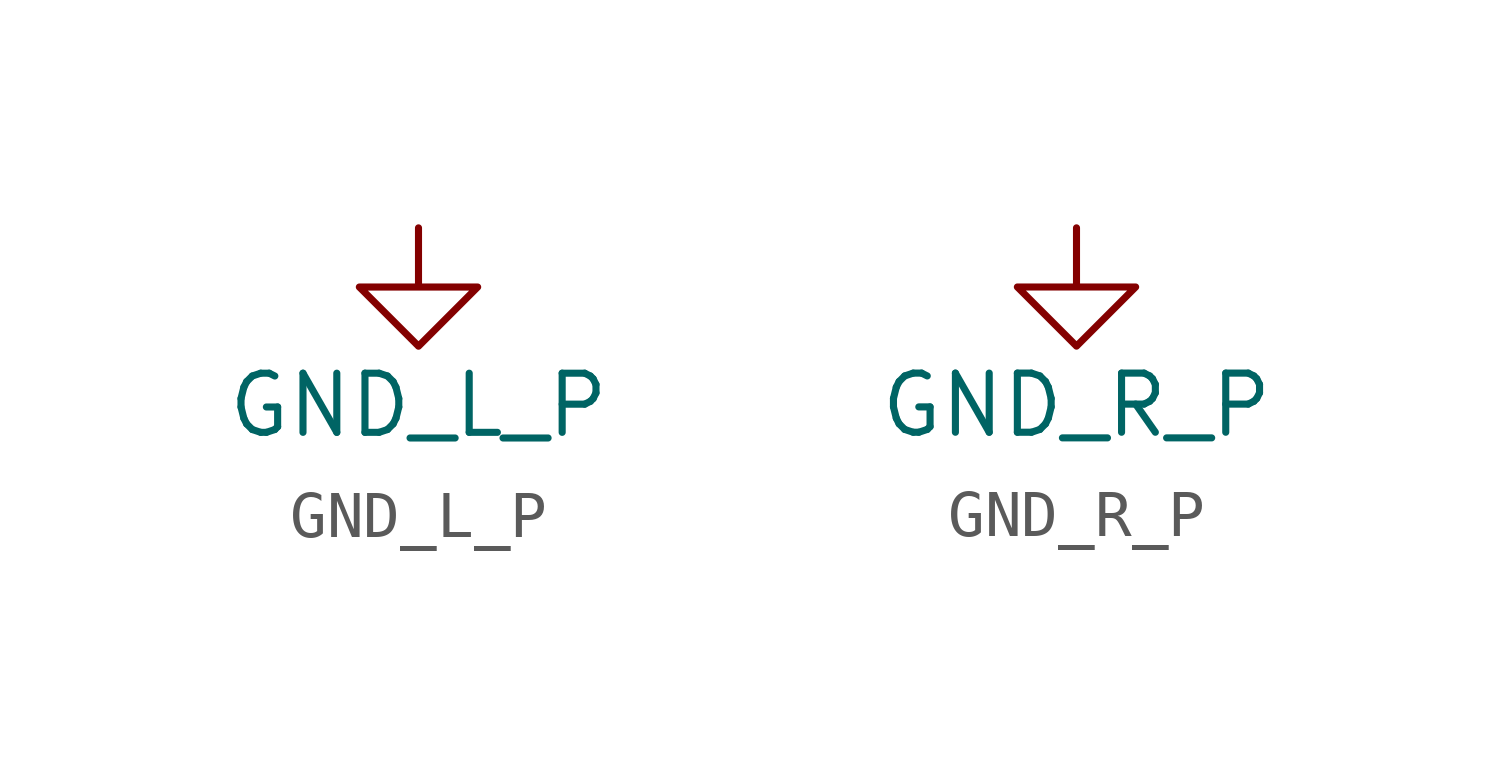
<source format=kicad_sym>
(kicad_symbol_lib
  (version 20211014)
  (generator kicad_symbol_editor)
  (symbol "GND_L_P"
    (power)
    (pin_names
      (offset 0))
    (property "Reference" "#PWR"
      (at 0 -6.35 0)
      (effects (font (size 1.27 1.27)) hide))
    (property "Value" "GND_L_P"
      (at 0 -3.81 0)
      (effects (font (size 1.27 1.27))))
    (symbol "GND_L_P_0_1"
      (polyline (pts (xy 0 0) (xy 0 -1.27) (xy 1.27 -1.27) (xy 0 -2.54) (xy -1.27 -1.27) (xy 0 -1.27)) (stroke (width 0) (type default) (color 0 0 0 0)) (fill (type none))))
    (symbol "GND_L_P_1_1"
      (pin power_in line (at 0 0 270) (length 0) hide (name "GND_L_P" (effects (font (size 1.27 1.27)))) (number "1" (effects (font (size 1.27 1.27)))))))
  (symbol "GND_R_P"
    (power)
    (pin_names
      (offset 0))
    (property "Reference" "#PWR"
      (at 0 -6.35 0)
      (effects (font (size 1.27 1.27)) hide))
    (property "Value" "GND_R_P"
      (at 0 -3.81 0)
      (effects (font (size 1.27 1.27))))
    (symbol "GND_R_P_0_1"
      (polyline (pts (xy 0 0) (xy 0 -1.27) (xy 1.27 -1.27) (xy 0 -2.54) (xy -1.27 -1.27) (xy 0 -1.27)) (stroke (width 0) (type default) (color 0 0 0 0)) (fill (type none))))
    (symbol "GND_R_P_1_1"
      (pin power_in line (at 0 0 270) (length 0) hide (name "GND_R_P" (effects (font (size 1.27 1.27)))) (number "1" (effects (font (size 1.27 1.27))))))))
</source>
